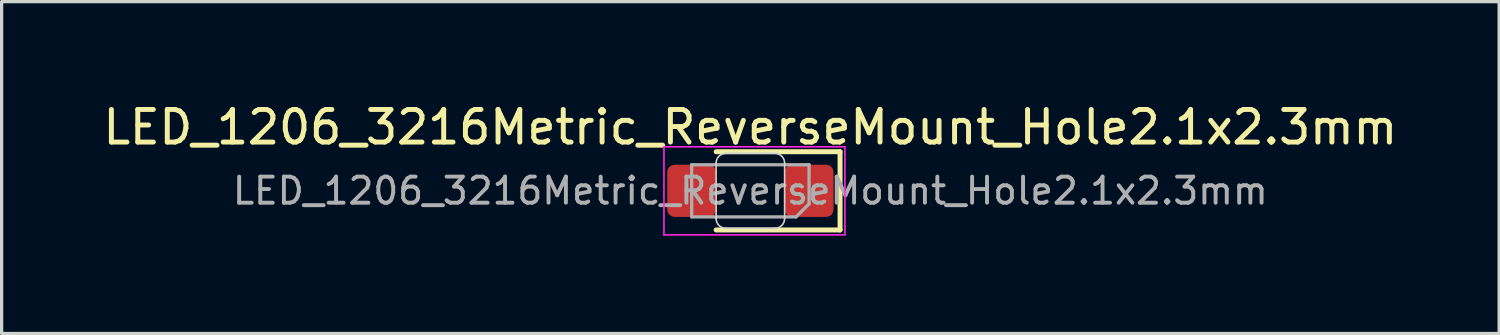
<source format=kicad_pcb>
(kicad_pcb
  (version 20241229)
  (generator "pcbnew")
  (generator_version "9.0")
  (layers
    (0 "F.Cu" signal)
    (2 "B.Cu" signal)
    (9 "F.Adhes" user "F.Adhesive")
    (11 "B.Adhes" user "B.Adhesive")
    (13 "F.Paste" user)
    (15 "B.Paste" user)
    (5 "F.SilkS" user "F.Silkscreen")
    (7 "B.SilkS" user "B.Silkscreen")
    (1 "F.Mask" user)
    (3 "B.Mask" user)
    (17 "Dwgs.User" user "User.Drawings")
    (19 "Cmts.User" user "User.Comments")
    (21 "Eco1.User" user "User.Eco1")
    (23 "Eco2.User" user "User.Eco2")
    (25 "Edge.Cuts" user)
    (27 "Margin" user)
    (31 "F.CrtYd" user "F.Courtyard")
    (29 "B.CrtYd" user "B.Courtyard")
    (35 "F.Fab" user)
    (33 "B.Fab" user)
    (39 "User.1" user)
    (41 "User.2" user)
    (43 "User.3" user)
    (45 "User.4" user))
  (footprint "LED_1206_3216Metric_ReverseMount_Hole2.1x2.3mm"
    (layer "F.Cu")
    (at 19.961 2.802)
    (property "Reference" "LED_1206_3216Metric_ReverseMount_Hole2.1x2.3mm" (at 0 -1.95 0) (layer "F.SilkS") (effects (font (size 1 1) (thickness 0.152))))
    (attr smd)
    (fp_line (start -1.05 -1.2) (end 2.75 -1.2) (stroke (width 0.152) (type solid)) (layer "F.SilkS"))
    (fp_line (start -1.05 1.2) (end 2.75 1.2) (stroke (width 0.152) (type solid)) (layer "F.SilkS"))
    (fp_line (start 2.75 1.2) (end 2.75 -1.2) (stroke (width 0.152) (type solid)) (layer "F.SilkS"))
    (fp_line (start -1.05 -0.85) (end -1.05 0.85) (stroke (width 0.05) (type solid)) (layer "Edge.Cuts"))
    (fp_line (start -0.75 -1.15) (end 0.75 -1.15) (stroke (width 0.05) (type solid)) (layer "Edge.Cuts"))
    (fp_line (start -0.75 1.15) (end 0.75 1.15) (stroke (width 0.05) (type solid)) (layer "Edge.Cuts"))
    (fp_line (start 1.05 -0.85) (end 1.05 0.85) (stroke (width 0.05) (type solid)) (layer "Edge.Cuts"))
    (fp_arc (start -1.05 -0.85) (mid -0.962132 -1.062132) (end -0.75 -1.15) (stroke (width 0.05) (type solid)) (layer "Edge.Cuts"))
    (fp_arc (start -0.75 1.15) (mid -0.962132 1.062132) (end -1.05 0.85) (stroke (width 0.05) (type solid)) (layer "Edge.Cuts"))
    (fp_arc (start 0.75 -1.15) (mid 0.962132 -1.062132) (end 1.05 -0.85) (stroke (width 0.05) (type solid)) (layer "Edge.Cuts"))
    (fp_arc (start 1.05 0.85) (mid 0.962132 1.062132) (end 0.75 1.15) (stroke (width 0.05) (type solid)) (layer "Edge.Cuts"))
    (fp_line (start -2.65 -1.35) (end 2.9 -1.35) (stroke (width 0.05) (type solid)) (layer "F.CrtYd"))
    (fp_line (start -2.65 1.35) (end -2.65 -1.35) (stroke (width 0.05) (type solid)) (layer "F.CrtYd"))
    (fp_line (start 2.9 -1.35) (end 2.9 1.35) (stroke (width 0.05) (type solid)) (layer "F.CrtYd"))
    (fp_line (start 2.9 1.35) (end -2.65 1.35) (stroke (width 0.05) (type solid)) (layer "F.CrtYd"))
    (fp_line (start -1.8 -0.8) (end -1.8 0.8) (stroke (width 0.1) (type solid)) (layer "F.Fab"))
    (fp_line (start -1.8 0.8) (end 1.4 0.8) (stroke (width 0.1) (type solid)) (layer "F.Fab"))
    (fp_line (start 1.4 0.8) (end 1.8 0.4) (stroke (width 0.1) (type solid)) (layer "F.Fab"))
    (fp_line (start 1.8 -0.8) (end -1.8 -0.8) (stroke (width 0.1) (type solid)) (layer "F.Fab"))
    (fp_line (start 1.8 0.4) (end 1.8 -0.8) (stroke (width 0.1) (type solid)) (layer "F.Fab"))
    (fp_text user "${REFERENCE}" (at 0 0 180) (layer "F.Fab") (effects (font (size 0.8 0.8) (thickness 0.12))))
    (pad "1" smd roundrect (at -1.8 0) (size 1.5 1.6) (layers "F.Cu" "F.Mask" "F.Paste") (roundrect_rratio 0.15))
    (pad "2" smd roundrect (at 1.8 0) (size 1.5 1.6) (layers "F.Cu" "F.Mask" "F.Paste") (roundrect_rratio 0.15)))
  (gr_rect
    (start -3 -3)
    (end 42.923 7.177)
    (stroke (width 0.1) (type default))
    (fill no)
    (layer "Edge.Cuts")))
</source>
